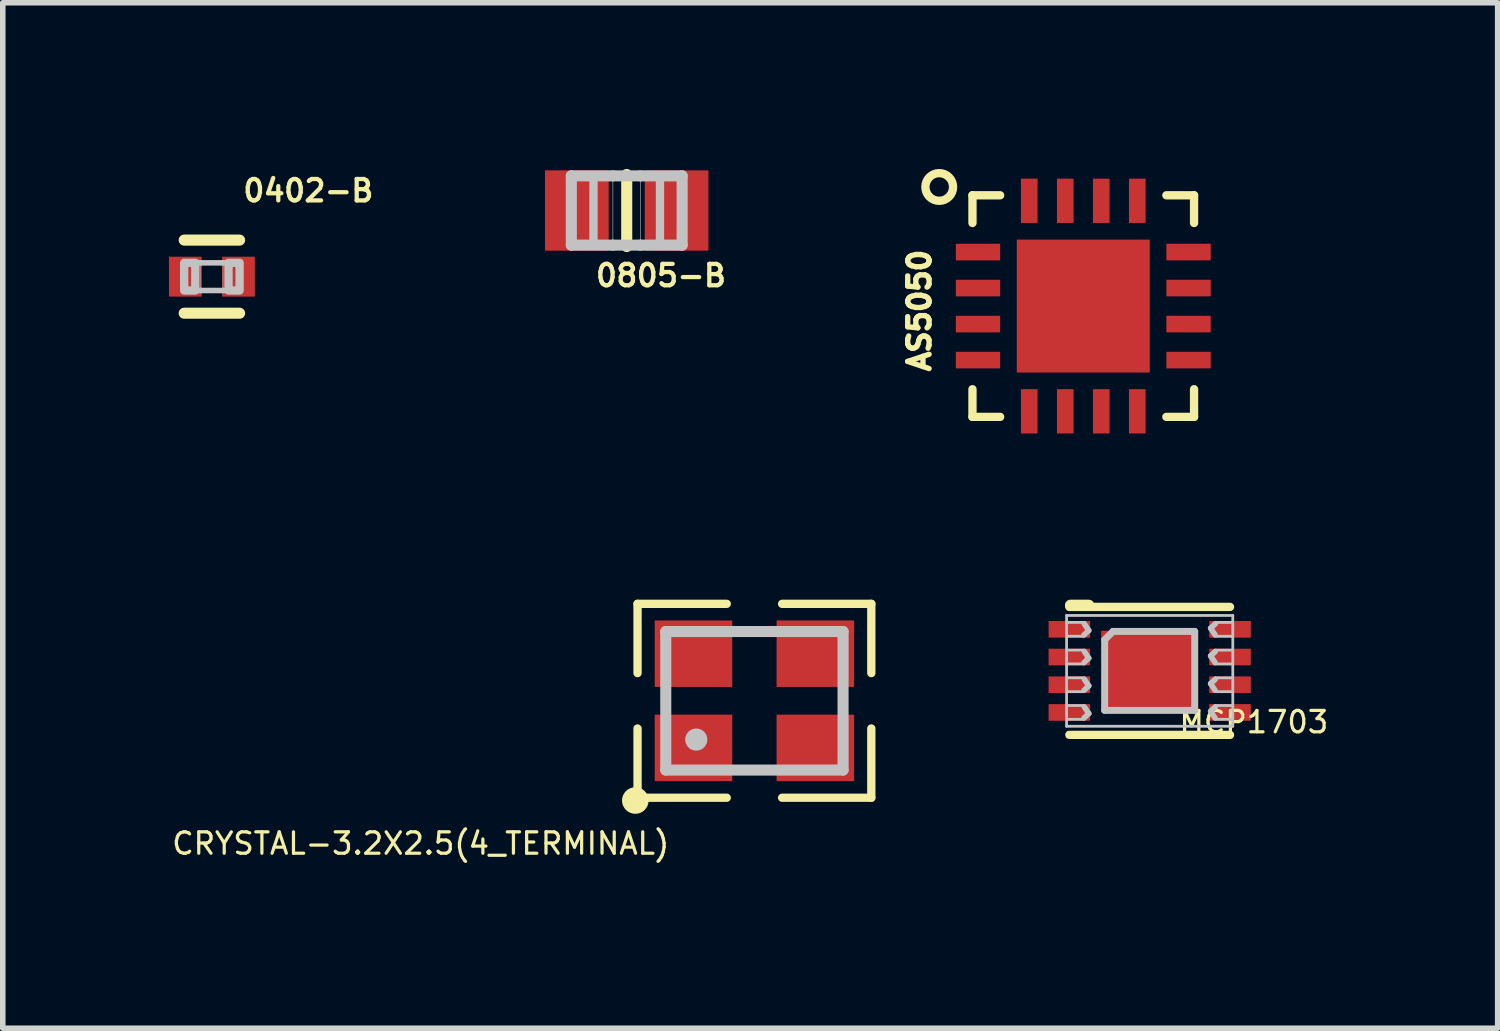
<source format=kicad_pcb>
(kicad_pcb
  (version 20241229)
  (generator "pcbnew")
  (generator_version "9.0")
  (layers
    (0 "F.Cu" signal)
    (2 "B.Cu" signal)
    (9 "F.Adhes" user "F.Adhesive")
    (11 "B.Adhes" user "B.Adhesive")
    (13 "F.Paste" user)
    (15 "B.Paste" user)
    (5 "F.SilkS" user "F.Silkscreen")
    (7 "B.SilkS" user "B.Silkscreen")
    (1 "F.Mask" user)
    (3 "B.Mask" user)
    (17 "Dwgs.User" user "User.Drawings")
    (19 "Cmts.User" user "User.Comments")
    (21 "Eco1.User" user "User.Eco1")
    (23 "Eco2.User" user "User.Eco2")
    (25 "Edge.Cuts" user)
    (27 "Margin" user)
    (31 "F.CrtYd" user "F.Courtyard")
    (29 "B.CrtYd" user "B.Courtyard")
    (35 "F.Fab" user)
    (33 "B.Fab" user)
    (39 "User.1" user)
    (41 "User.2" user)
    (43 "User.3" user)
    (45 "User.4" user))
  (footprint "AS5050"
    (layer "F.Cu")
    (at 16.504 2.475)
    (property "Reference" "AS5050" (at -2.957 0.08 270) (layer "F.SilkS") (effects (font (size 0.386 0.386) (thickness 0.097))))
    (attr smd)
    (fp_line (start -2 -2) (end -1.5 -2) (stroke (width 0.15) (type solid)) (layer "F.SilkS"))
    (fp_line (start -2 -1.5) (end -2 -2) (stroke (width 0.15) (type solid)) (layer "F.SilkS"))
    (fp_line (start -2 2) (end -2 1.5) (stroke (width 0.15) (type solid)) (layer "F.SilkS"))
    (fp_line (start -1.5 2) (end -2 2) (stroke (width 0.15) (type solid)) (layer "F.SilkS"))
    (fp_line (start 1.5 -2) (end 2 -2) (stroke (width 0.15) (type solid)) (layer "F.SilkS"))
    (fp_line (start 1.5 2) (end 2 2) (stroke (width 0.15) (type solid)) (layer "F.SilkS"))
    (fp_line (start 2 -1.5) (end 2 -2) (stroke (width 0.15) (type solid)) (layer "F.SilkS"))
    (fp_line (start 2 1.5) (end 2 2) (stroke (width 0.15) (type solid)) (layer "F.SilkS"))
    (fp_circle (center -2.6 -2.15) (end -2.45 -2.35) (stroke (width 0.15) (type solid)) (fill no) (layer "F.SilkS"))
    (fp_poly (pts (xy -1.12 -1.12) (xy -1.12 -0.08) (xy -0.08 -0.08) (xy -0.08 -1.12)) (stroke (width 0.01) (type solid)) (fill yes) (layer "F.Paste"))
    (fp_poly (pts (xy -1.12 1.12) (xy -1.12 0.08) (xy -0.08 0.08) (xy -0.08 1.12)) (stroke (width 0.01) (type solid)) (fill yes) (layer "F.Paste"))
    (fp_poly (pts (xy 1.12 -1.12) (xy 1.12 -0.08) (xy 0.08 -0.08) (xy 0.08 -1.12)) (stroke (width 0.01) (type solid)) (fill yes) (layer "F.Paste"))
    (fp_poly (pts (xy 1.12 1.12) (xy 1.12 0.08) (xy 0.08 0.08) (xy 0.08 1.12)) (stroke (width 0.01) (type solid)) (fill yes) (layer "F.Paste"))
    (pad "1" smd rect (at -1.9 -0.975) (size 0.8 0.3) (layers "F.Cu" "F.Mask" "F.Paste"))
    (pad "2" smd rect (at -1.9 -0.325) (size 0.8 0.3) (layers "F.Cu" "F.Mask" "F.Paste"))
    (pad "3" smd rect (at -1.9 0.325) (size 0.8 0.3) (layers "F.Cu" "F.Mask" "F.Paste"))
    (pad "4" smd rect (at -1.9 0.975) (size 0.8 0.3) (layers "F.Cu" "F.Mask" "F.Paste"))
    (pad "5" smd rect (at -0.975 1.9) (size 0.3 0.8) (layers "F.Cu" "F.Mask" "F.Paste"))
    (pad "6" smd rect (at -0.325 1.9) (size 0.3 0.8) (layers "F.Cu" "F.Mask" "F.Paste"))
    (pad "7" smd rect (at 0.325 1.9) (size 0.3 0.8) (layers "F.Cu" "F.Mask" "F.Paste"))
    (pad "8" smd rect (at 0.975 1.9) (size 0.3 0.8) (layers "F.Cu" "F.Mask" "F.Paste"))
    (pad "9" smd rect (at 1.9 0.975) (size 0.8 0.3) (layers "F.Cu" "F.Mask" "F.Paste"))
    (pad "10" smd rect (at 1.9 0.325) (size 0.8 0.3) (layers "F.Cu" "F.Mask" "F.Paste"))
    (pad "11" smd rect (at 1.9 -0.325) (size 0.8 0.3) (layers "F.Cu" "F.Mask" "F.Paste"))
    (pad "12" smd rect (at 1.9 -0.975) (size 0.8 0.3) (layers "F.Cu" "F.Mask" "F.Paste"))
    (pad "13" smd rect (at 0.975 -1.9) (size 0.3 0.8) (layers "F.Cu" "F.Mask" "F.Paste"))
    (pad "14" smd rect (at 0.325 -1.9) (size 0.3 0.8) (layers "F.Cu" "F.Mask" "F.Paste"))
    (pad "15" smd rect (at -0.325 -1.9) (size 0.3 0.8) (layers "F.Cu" "F.Mask" "F.Paste"))
    (pad "16" smd rect (at -0.975 -1.9) (size 0.3 0.8) (layers "F.Cu" "F.Mask" "F.Paste"))
    (pad "PAD" smd rect (at 0 0) (size 2.4 2.4) (layers "F.Cu" "F.Mask")))
  (footprint "MCP1703"
    (layer "F.Cu")
    (at 17.703 9.06)
    (property "Reference" "MCP1703" (at 0.5 1.15 180) (layer "F.SilkS") (effects (font (size 0.386 0.386) (thickness 0.058)) (justify left bottom)))
    (attr through_hole)
    (fp_poly (pts (xy -1.875 -0.55) (xy -1.025 -0.55) (xy -1.025 -0.95) (xy -1.875 -0.95)) (stroke (width 0.15) (type solid)) (fill yes) (layer "F.Mask"))
    (fp_poly (pts (xy -1.875 -0.05) (xy -1.025 -0.05) (xy -1.025 -0.45) (xy -1.875 -0.45)) (stroke (width 0.15) (type solid)) (fill yes) (layer "F.Mask"))
    (fp_poly (pts (xy -1.875 0.45) (xy -1.025 0.45) (xy -1.025 0.05) (xy -1.875 0.05)) (stroke (width 0.15) (type solid)) (fill yes) (layer "F.Mask"))
    (fp_poly (pts (xy -1.875 0.95) (xy -1.025 0.95) (xy -1.025 0.55) (xy -1.875 0.55)) (stroke (width 0.15) (type solid)) (fill yes) (layer "F.Mask"))
    (fp_poly (pts (xy -0.925 0.8) (xy 0.925 0.8) (xy 0.925 -0.8) (xy -0.925 -0.8)) (stroke (width 0.15) (type solid)) (fill yes) (layer "F.Mask"))
    (fp_poly (pts (xy 1.025 -0.55) (xy 1.875 -0.55) (xy 1.875 -0.95) (xy 1.025 -0.95)) (stroke (width 0.15) (type solid)) (fill yes) (layer "F.Mask"))
    (fp_poly (pts (xy 1.025 -0.05) (xy 1.875 -0.05) (xy 1.875 -0.45) (xy 1.025 -0.45)) (stroke (width 0.15) (type solid)) (fill yes) (layer "F.Mask"))
    (fp_poly (pts (xy 1.025 0.45) (xy 1.875 0.45) (xy 1.875 0.05) (xy 1.025 0.05)) (stroke (width 0.15) (type solid)) (fill yes) (layer "F.Mask"))
    (fp_poly (pts (xy 1.025 0.95) (xy 1.875 0.95) (xy 1.875 0.55) (xy 1.025 0.55)) (stroke (width 0.15) (type solid)) (fill yes) (layer "F.Mask"))
    (fp_line (start -1.45 -1.155) (end 1.45 -1.155) (stroke (width 0.15) (type solid)) (layer "F.SilkS"))
    (fp_line (start -1.45 1.155) (end 1.45 1.155) (stroke (width 0.15) (type solid)) (layer "F.SilkS"))
    (fp_line (start -1.43 -1.185) (end -1.1 -1.185) (stroke (width 0.2) (type solid)) (layer "F.SilkS"))
    (fp_line (start -1.5 -1) (end -1.5 1) (stroke (width 0.05) (type solid)) (layer "Dwgs.User"))
    (fp_line (start -1.5 1) (end 1.5 1) (stroke (width 0.05) (type solid)) (layer "Dwgs.User"))
    (fp_line (start -1.48 -0.875) (end -1.185 -0.875) (stroke (width 0.05) (type solid)) (layer "Dwgs.User"))
    (fp_line (start -1.48 -0.375) (end -1.185 -0.375) (stroke (width 0.05) (type solid)) (layer "Dwgs.User"))
    (fp_line (start -1.48 0.125) (end -1.185 0.125) (stroke (width 0.05) (type solid)) (layer "Dwgs.User"))
    (fp_line (start -1.48 0.625) (end -1.185 0.625) (stroke (width 0.05) (type solid)) (layer "Dwgs.User"))
    (fp_line (start -1.185 -0.625) (end -1.48 -0.625) (stroke (width 0.05) (type solid)) (layer "Dwgs.User"))
    (fp_line (start -1.185 -0.125) (end -1.48 -0.125) (stroke (width 0.05) (type solid)) (layer "Dwgs.User"))
    (fp_line (start -1.185 0.375) (end -1.48 0.375) (stroke (width 0.05) (type solid)) (layer "Dwgs.User"))
    (fp_line (start -1.185 0.875) (end -1.48 0.875) (stroke (width 0.05) (type solid)) (layer "Dwgs.User"))
    (fp_line (start -1.18 -0.85) (end -1.1 -0.73) (stroke (width 0.1) (type solid)) (layer "Dwgs.User"))
    (fp_line (start -1.18 -0.35) (end -1.1 -0.23) (stroke (width 0.1) (type solid)) (layer "Dwgs.User"))
    (fp_line (start -1.18 0.15) (end -1.1 0.27) (stroke (width 0.1) (type solid)) (layer "Dwgs.User"))
    (fp_line (start -1.18 0.65) (end -1.1 0.77) (stroke (width 0.1) (type solid)) (layer "Dwgs.User"))
    (fp_line (start -1.1 -0.73) (end -1.185 -0.65) (stroke (width 0.1) (type solid)) (layer "Dwgs.User"))
    (fp_line (start -1.1 -0.23) (end -1.185 -0.15) (stroke (width 0.1) (type solid)) (layer "Dwgs.User"))
    (fp_line (start -1.1 0.27) (end -1.185 0.35) (stroke (width 0.1) (type solid)) (layer "Dwgs.User"))
    (fp_line (start -1.1 0.77) (end -1.185 0.85) (stroke (width 0.1) (type solid)) (layer "Dwgs.User"))
    (fp_line (start -0.812 -0.562) (end -0.812 0.713) (stroke (width 0.125) (type solid)) (layer "Dwgs.User"))
    (fp_line (start -0.812 0.713) (end 0.812 0.713) (stroke (width 0.125) (type solid)) (layer "Dwgs.User"))
    (fp_line (start -0.662 -0.713) (end -0.812 -0.562) (stroke (width 0.125) (type solid)) (layer "Dwgs.User"))
    (fp_line (start 0.812 -0.713) (end -0.662 -0.713) (stroke (width 0.125) (type solid)) (layer "Dwgs.User"))
    (fp_line (start 0.812 0.713) (end 0.812 -0.713) (stroke (width 0.125) (type solid)) (layer "Dwgs.User"))
    (fp_line (start 1.1 -0.77) (end 1.185 -0.85) (stroke (width 0.1) (type solid)) (layer "Dwgs.User"))
    (fp_line (start 1.1 -0.27) (end 1.185 -0.35) (stroke (width 0.1) (type solid)) (layer "Dwgs.User"))
    (fp_line (start 1.1 0.23) (end 1.185 0.15) (stroke (width 0.1) (type solid)) (layer "Dwgs.User"))
    (fp_line (start 1.1 0.73) (end 1.185 0.65) (stroke (width 0.1) (type solid)) (layer "Dwgs.User"))
    (fp_line (start 1.18 -0.65) (end 1.1 -0.77) (stroke (width 0.1) (type solid)) (layer "Dwgs.User"))
    (fp_line (start 1.18 -0.15) (end 1.1 -0.27) (stroke (width 0.1) (type solid)) (layer "Dwgs.User"))
    (fp_line (start 1.18 0.35) (end 1.1 0.23) (stroke (width 0.1) (type solid)) (layer "Dwgs.User"))
    (fp_line (start 1.18 0.85) (end 1.1 0.73) (stroke (width 0.1) (type solid)) (layer "Dwgs.User"))
    (fp_line (start 1.185 -0.875) (end 1.48 -0.875) (stroke (width 0.05) (type solid)) (layer "Dwgs.User"))
    (fp_line (start 1.185 -0.375) (end 1.48 -0.375) (stroke (width 0.05) (type solid)) (layer "Dwgs.User"))
    (fp_line (start 1.185 0.125) (end 1.48 0.125) (stroke (width 0.05) (type solid)) (layer "Dwgs.User"))
    (fp_line (start 1.185 0.625) (end 1.48 0.625) (stroke (width 0.05) (type solid)) (layer "Dwgs.User"))
    (fp_line (start 1.48 -0.625) (end 1.185 -0.625) (stroke (width 0.05) (type solid)) (layer "Dwgs.User"))
    (fp_line (start 1.48 -0.125) (end 1.185 -0.125) (stroke (width 0.05) (type solid)) (layer "Dwgs.User"))
    (fp_line (start 1.48 0.375) (end 1.185 0.375) (stroke (width 0.05) (type solid)) (layer "Dwgs.User"))
    (fp_line (start 1.48 0.875) (end 1.185 0.875) (stroke (width 0.05) (type solid)) (layer "Dwgs.User"))
    (fp_line (start 1.5 -1) (end -1.5 -1) (stroke (width 0.05) (type solid)) (layer "Dwgs.User"))
    (fp_line (start 1.5 1) (end 1.5 -1) (stroke (width 0.05) (type solid)) (layer "Dwgs.User"))
    (pad "1" smd rect (at -1.45 -0.75) (size 0.75 0.3) (layers "F.Cu" "F.Mask" "F.Paste"))
    (pad "2" smd rect (at -1.45 -0.25) (size 0.75 0.3) (layers "F.Cu" "F.Mask" "F.Paste"))
    (pad "3" smd rect (at -1.45 0.25) (size 0.75 0.3) (layers "F.Cu" "F.Mask" "F.Paste"))
    (pad "4" smd rect (at -1.45 0.75) (size 0.75 0.3) (layers "F.Cu" "F.Mask" "F.Paste"))
    (pad "5" smd rect (at 1.45 0.75) (size 0.75 0.3) (layers "F.Cu" "F.Mask" "F.Paste"))
    (pad "6" smd rect (at 1.45 0.25) (size 0.75 0.3) (layers "F.Cu" "F.Mask" "F.Paste"))
    (pad "7" smd rect (at 1.45 -0.25) (size 0.75 0.3) (layers "F.Cu" "F.Mask" "F.Paste"))
    (pad "8" smd rect (at 1.45 -0.75) (size 0.75 0.3) (layers "F.Cu" "F.Mask" "F.Paste"))
    (pad "PAD" smd rect (at 0 0) (size 1.75 1.45) (layers "F.Cu" "F.Mask" "F.Paste")))
  (footprint "0805-B"
    (layer "F.Cu")
    (at 8.263 0.75)
    (property "Reference" "0805-B" (at -0.6 1.4 0) (layer "F.SilkS") (effects (font (size 0.386 0.386) (thickness 0.077)) (justify left bottom)))
    (attr through_hole)
    (fp_line (start 0 -0.65) (end 0 0.65) (stroke (width 0.2) (type solid)) (layer "F.SilkS"))
    (fp_line (start -1 -0.625) (end -1 0.625) (stroke (width 0.2) (type solid)) (layer "Dwgs.User"))
    (fp_line (start -1 0.625) (end -0.25 0.625) (stroke (width 0.2) (type solid)) (layer "Dwgs.User"))
    (fp_line (start -0.25 -0.625) (end -1 -0.625) (stroke (width 0.2) (type solid)) (layer "Dwgs.User"))
    (fp_line (start -0.25 -0.625) (end -0.25 0.625) (stroke (width 0.01) (type solid)) (layer "Dwgs.User"))
    (fp_line (start -0.25 0.625) (end 0.25 0.625) (stroke (width 0.2) (type solid)) (layer "Dwgs.User"))
    (fp_line (start 0.25 -0.625) (end -0.25 -0.625) (stroke (width 0.2) (type solid)) (layer "Dwgs.User"))
    (fp_line (start 0.25 -0.625) (end 0.25 0.625) (stroke (width 0.01) (type solid)) (layer "Dwgs.User"))
    (fp_line (start 0.25 0.625) (end 1 0.625) (stroke (width 0.2) (type solid)) (layer "Dwgs.User"))
    (fp_line (start 1 -0.625) (end 0.25 -0.625) (stroke (width 0.2) (type solid)) (layer "Dwgs.User"))
    (fp_line (start 1 0.625) (end 1 -0.625) (stroke (width 0.2) (type solid)) (layer "Dwgs.User"))
    (fp_poly (pts (xy -1 0.625) (xy -0.6 0.625) (xy -0.6 -0.625) (xy -1 -0.625)) (stroke (width 0.15) (type solid)) (fill no) (layer "Dwgs.User"))
    (fp_poly (pts (xy 0.6 0.625) (xy 1 0.625) (xy 1 -0.625) (xy 0.6 -0.625)) (stroke (width 0.15) (type solid)) (fill no) (layer "Dwgs.User"))
    (pad "1" smd rect (at -0.9 0) (size 1.15 1.45) (layers "F.Cu" "F.Mask" "F.Paste"))
    (pad "2" smd rect (at 0.9 0) (size 1.15 1.45) (layers "F.Cu" "F.Mask" "F.Paste")))
  (footprint "0402-B"
    (layer "F.Cu")
    (at 0.775 1.944)
    (property "Reference" "0402-B" (at 0.523 -1.326 0) (layer "F.SilkS") (effects (font (size 0.386 0.386) (thickness 0.077)) (justify left bottom)))
    (attr smd)
    (fp_line (start -0.5 0.66) (end 0.5 0.66) (stroke (width 0.2) (type solid)) (layer "F.SilkS"))
    (fp_line (start 0.5 -0.66) (end -0.5 -0.66) (stroke (width 0.2) (type solid)) (layer "F.SilkS"))
    (fp_line (start -0.5 -0.25) (end -0.5 0.25) (stroke (width 0.1) (type solid)) (layer "Dwgs.User"))
    (fp_line (start -0.5 0.25) (end -0.2 0.25) (stroke (width 0.1) (type solid)) (layer "Dwgs.User"))
    (fp_line (start -0.2 -0.25) (end -0.5 -0.25) (stroke (width 0.1) (type solid)) (layer "Dwgs.User"))
    (fp_line (start -0.2 -0.25) (end -0.2 0.25) (stroke (width 0.01) (type solid)) (layer "Dwgs.User"))
    (fp_line (start -0.2 0.25) (end 0.2 0.25) (stroke (width 0.1) (type solid)) (layer "Dwgs.User"))
    (fp_line (start 0.2 -0.25) (end -0.2 -0.25) (stroke (width 0.1) (type solid)) (layer "Dwgs.User"))
    (fp_line (start 0.2 -0.25) (end 0.2 0.25) (stroke (width 0.01) (type solid)) (layer "Dwgs.User"))
    (fp_line (start 0.2 0.25) (end 0.5 0.25) (stroke (width 0.1) (type solid)) (layer "Dwgs.User"))
    (fp_line (start 0.5 -0.25) (end 0.2 -0.25) (stroke (width 0.1) (type solid)) (layer "Dwgs.User"))
    (fp_line (start 0.5 0.25) (end 0.5 -0.25) (stroke (width 0.1) (type solid)) (layer "Dwgs.User"))
    (fp_poly (pts (xy -0.5 0.25) (xy -0.3 0.25) (xy -0.3 -0.25) (xy -0.5 -0.25)) (stroke (width 0.15) (type solid)) (fill no) (layer "Dwgs.User"))
    (fp_poly (pts (xy 0.3 0.25) (xy 0.5 0.25) (xy 0.5 -0.25) (xy 0.3 -0.25)) (stroke (width 0.15) (type solid)) (fill no) (layer "Dwgs.User"))
    (pad "1" smd rect (at -0.48 0) (size 0.59 0.72) (layers "F.Cu" "F.Mask" "F.Paste"))
    (pad "2" smd rect (at 0.48 0) (size 0.59 0.72) (layers "F.Cu" "F.Mask" "F.Paste")))
  (footprint "CRYSTAL-3.2X2.5(4_TERMINAL)"
    (layer "F.Cu")
    (at 10.568 9.6)
    (property "Reference" "CRYSTAL-3.2X2.5(4_TERMINAL)" (at -1.5 2.35 180) (layer "F.SilkS") (effects (font (size 0.386 0.386) (thickness 0.058)) (justify right top)))
    (attr through_hole)
    (fp_poly (pts (xy -1.9 -0.15) (xy -0.3 -0.15) (xy -0.3 -1.55) (xy -1.9 -1.55)) (stroke (width 0.15) (type solid)) (fill yes) (layer "F.Mask"))
    (fp_poly (pts (xy -1.9 1.55) (xy -0.3 1.55) (xy -0.3 0.15) (xy -1.9 0.15)) (stroke (width 0.15) (type solid)) (fill yes) (layer "F.Mask"))
    (fp_poly (pts (xy 0.3 -0.15) (xy 1.9 -0.15) (xy 1.9 -1.55) (xy 0.3 -1.55)) (stroke (width 0.15) (type solid)) (fill yes) (layer "F.Mask"))
    (fp_poly (pts (xy 0.3 1.55) (xy 1.9 1.55) (xy 1.9 0.15) (xy 0.3 0.15)) (stroke (width 0.15) (type solid)) (fill yes) (layer "F.Mask"))
    (fp_line (start -2.11 -1.75) (end -2.11 -0.5) (stroke (width 0.15) (type solid)) (layer "F.SilkS"))
    (fp_line (start -2.11 -1.75) (end -0.5 -1.75) (stroke (width 0.15) (type solid)) (layer "F.SilkS"))
    (fp_line (start -2.11 0.5) (end -2.11 1.75) (stroke (width 0.15) (type solid)) (layer "F.SilkS"))
    (fp_line (start -2.11 1.75) (end -0.5 1.75) (stroke (width 0.15) (type solid)) (layer "F.SilkS"))
    (fp_line (start 0.5 -1.75) (end 2.11 -1.75) (stroke (width 0.15) (type solid)) (layer "F.SilkS"))
    (fp_line (start 0.5 1.75) (end 2.11 1.75) (stroke (width 0.15) (type solid)) (layer "F.SilkS"))
    (fp_line (start 2.11 -1.75) (end 2.11 -0.5) (stroke (width 0.15) (type solid)) (layer "F.SilkS"))
    (fp_line (start 2.11 0.5) (end 2.11 1.75) (stroke (width 0.15) (type solid)) (layer "F.SilkS"))
    (fp_circle (center -2.15 1.8) (end -2.03 1.8) (stroke (width 0.24) (type solid)) (fill no) (layer "F.SilkS"))
    (fp_line (start -1.6 -1.25) (end 1.6 -1.25) (stroke (width 0.2) (type solid)) (layer "Dwgs.User"))
    (fp_line (start -1.6 1.25) (end -1.6 -1.25) (stroke (width 0.2) (type solid)) (layer "Dwgs.User"))
    (fp_line (start 1.6 -1.25) (end 1.6 1.25) (stroke (width 0.2) (type solid)) (layer "Dwgs.User"))
    (fp_line (start 1.6 1.25) (end -1.6 1.25) (stroke (width 0.2) (type solid)) (layer "Dwgs.User"))
    (fp_circle (center -1.05 0.7) (end -0.95 0.7) (stroke (width 0.2) (type solid)) (fill no) (layer "Dwgs.User"))
    (pad "1" smd rect (at -1.1 0.85) (size 1.4 1.2) (layers "F.Cu" "F.Mask" "F.Paste"))
    (pad "2" smd rect (at 1.1 0.85 180) (size 1.4 1.2) (layers "F.Cu" "F.Mask" "F.Paste"))
    (pad "3" smd rect (at 1.1 -0.85 180) (size 1.4 1.2) (layers "F.Cu" "F.Mask" "F.Paste"))
    (pad "4" smd rect (at -1.1 -0.85) (size 1.4 1.2) (layers "F.Cu" "F.Mask" "F.Paste")))
  (gr_rect
    (start -3 -3)
    (end 23.984 15.51)
    (stroke (width 0.1) (type default))
    (fill no)
    (layer "Edge.Cuts")))
</source>
